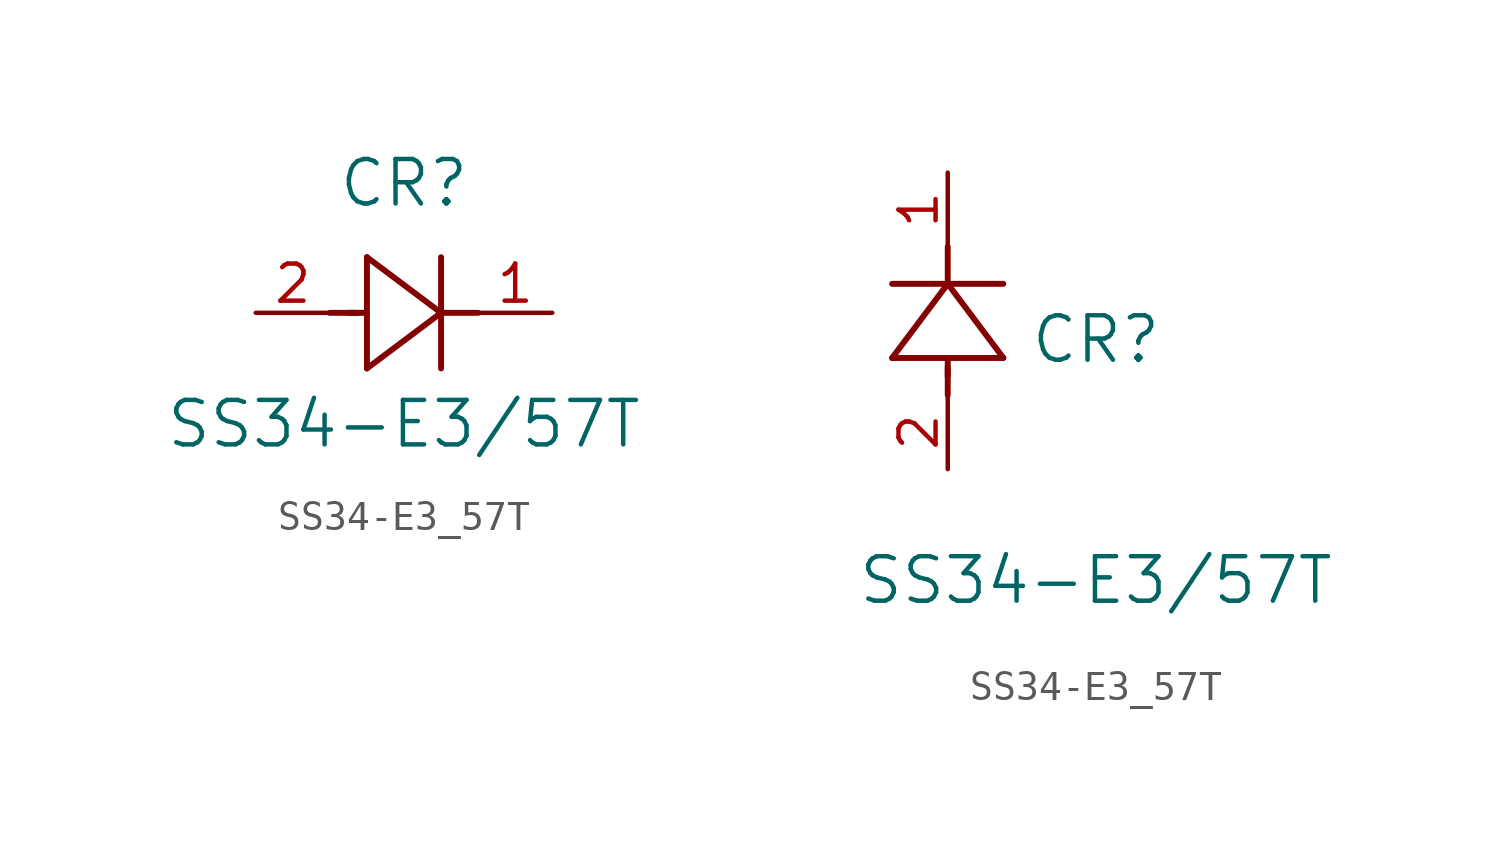
<source format=kicad_sym>
(kicad_symbol_lib
  (version 20211014)
  (generator kicad_symbol_editor)
  (symbol "SS34-E3_57T"
    (pin_names
      (offset 0.254))
    (property "Reference" "CR"
      (at 5.08 4.445 0)
      (effects (font (size 1.524 1.524))))
    (property "Value" "SS34-E3/57T"
      (at 5.08 -3.81 0)
      (effects (font (size 1.524 1.524))))
    (symbol "SS34-E3_57T_1_1"
      (polyline (pts (xy 2.54 0) (xy 3.48 0)) (stroke (width 0.203) (type default) (color 0 0 0 0)) (fill (type none)))
      (polyline (pts (xy 3.81 1.905) (xy 3.81 -1.905)) (stroke (width 0.203) (type default) (color 0 0 0 0)) (fill (type none)))
      (polyline (pts (xy 3.175 0) (xy 3.81 0)) (stroke (width 0.203) (type default) (color 0 0 0 0)) (fill (type none)))
      (polyline (pts (xy 6.35 -1.905) (xy 6.35 1.905)) (stroke (width 0.203) (type default) (color 0 0 0 0)) (fill (type none)))
      (polyline (pts (xy 6.35 0) (xy 7.62 0)) (stroke (width 0.203) (type default) (color 0 0 0 0)) (fill (type none)))
      (polyline (pts (xy 6.35 0) (xy 3.81 1.905)) (stroke (width 0.203) (type default) (color 0 0 0 0)) (fill (type none)))
      (polyline (pts (xy 3.81 -1.905) (xy 6.35 0)) (stroke (width 0.203) (type default) (color 0 0 0 0)) (fill (type none)))
      (pin unspecified line (at 0 0 0) (length 2.54) (name "" (effects (font (size 1.27 1.27)))) (number "2" (effects (font (size 1.27 1.27)))))
      (pin unspecified line (at 10.16 0 180) (length 2.54) (name "" (effects (font (size 1.27 1.27)))) (number "1" (effects (font (size 1.27 1.27))))))
    (symbol "SS34-E3_57T_1_2"
      (polyline (pts (xy 0 2.54) (xy 0 3.48)) (stroke (width 0.203) (type default) (color 0 0 0 0)) (fill (type none)))
      (polyline (pts (xy -1.905 3.81) (xy 1.905 3.81)) (stroke (width 0.203) (type default) (color 0 0 0 0)) (fill (type none)))
      (polyline (pts (xy 0 3.175) (xy 0 3.81)) (stroke (width 0.203) (type default) (color 0 0 0 0)) (fill (type none)))
      (polyline (pts (xy 1.905 6.35) (xy -1.905 6.35)) (stroke (width 0.203) (type default) (color 0 0 0 0)) (fill (type none)))
      (polyline (pts (xy 0 6.35) (xy 0 7.62)) (stroke (width 0.203) (type default) (color 0 0 0 0)) (fill (type none)))
      (polyline (pts (xy 0 6.35) (xy -1.905 3.81)) (stroke (width 0.203) (type default) (color 0 0 0 0)) (fill (type none)))
      (polyline (pts (xy 1.905 3.81) (xy 0 6.35)) (stroke (width 0.203) (type default) (color 0 0 0 0)) (fill (type none)))
      (pin unspecified line (at 0 0 90) (length 2.54) (name "" (effects (font (size 1.27 1.27)))) (number "2" (effects (font (size 1.27 1.27)))))
      (pin unspecified line (at 0 10.16 270) (length 2.54) (name "" (effects (font (size 1.27 1.27)))) (number "1" (effects (font (size 1.27 1.27))))))))
</source>
